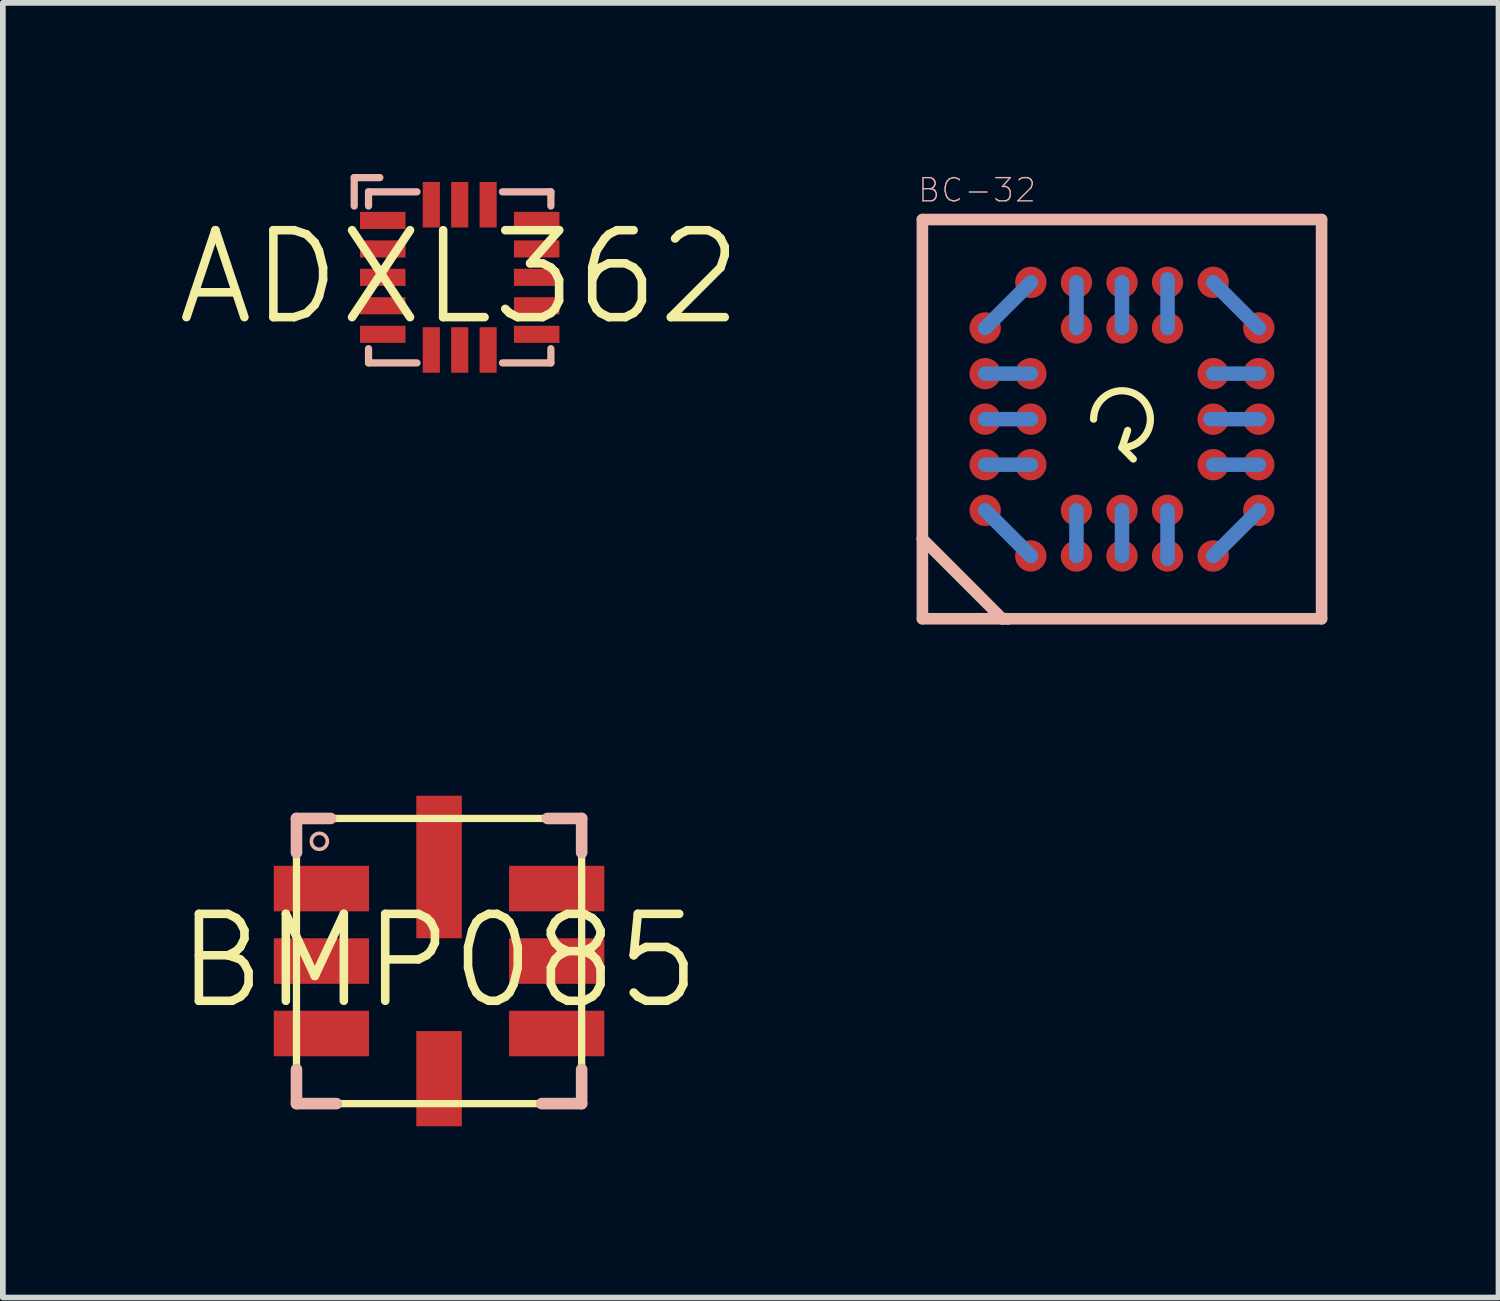
<source format=kicad_pcb>
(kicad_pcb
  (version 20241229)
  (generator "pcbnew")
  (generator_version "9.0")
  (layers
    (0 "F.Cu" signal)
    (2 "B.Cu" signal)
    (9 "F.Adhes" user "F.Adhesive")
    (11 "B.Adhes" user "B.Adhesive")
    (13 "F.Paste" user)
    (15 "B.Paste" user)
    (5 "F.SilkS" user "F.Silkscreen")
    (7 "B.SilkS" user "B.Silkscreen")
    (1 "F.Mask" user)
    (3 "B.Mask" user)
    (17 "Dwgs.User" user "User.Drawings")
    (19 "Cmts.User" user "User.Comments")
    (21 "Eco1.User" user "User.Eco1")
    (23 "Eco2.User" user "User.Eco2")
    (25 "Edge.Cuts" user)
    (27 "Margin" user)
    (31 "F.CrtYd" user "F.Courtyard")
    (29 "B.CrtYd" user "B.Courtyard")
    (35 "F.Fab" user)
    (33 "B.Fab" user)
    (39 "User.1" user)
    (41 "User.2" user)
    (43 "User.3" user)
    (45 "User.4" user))
  (footprint "ADXL362"
    (layer "F.Cu")
    (at 5.007 1.811)
    (property "Reference" "ADXL362" (at 0 0 0) (layer "F.SilkS") (effects (font (size 1.524 1.524) (thickness 0.15))))
    (attr smd)
    (fp_line (start -1.849 -1.748) (end -1.4 -1.748) (stroke (width 0.127) (type solid)) (layer "B.SilkS"))
    (fp_line (start -1.849 -1.25) (end -1.849 -1.748) (stroke (width 0.127) (type solid)) (layer "B.SilkS"))
    (fp_line (start -1.598 -1.499) (end -1.598 -1.25) (stroke (width 0.127) (type solid)) (layer "B.SilkS"))
    (fp_line (start -1.598 1.499) (end -1.598 1.25) (stroke (width 0.127) (type solid)) (layer "B.SilkS"))
    (fp_line (start -0.749 -1.499) (end -1.598 -1.499) (stroke (width 0.127) (type solid)) (layer "B.SilkS"))
    (fp_line (start -0.749 1.499) (end -1.598 1.499) (stroke (width 0.127) (type solid)) (layer "B.SilkS"))
    (fp_line (start 0.749 -1.499) (end 1.598 -1.499) (stroke (width 0.127) (type solid)) (layer "B.SilkS"))
    (fp_line (start 0.749 1.499) (end 1.598 1.499) (stroke (width 0.127) (type solid)) (layer "B.SilkS"))
    (fp_line (start 1.598 -1.499) (end 1.598 -1.25) (stroke (width 0.127) (type solid)) (layer "B.SilkS"))
    (fp_line (start 1.598 1.499) (end 1.598 1.25) (stroke (width 0.127) (type solid)) (layer "B.SilkS"))
    (pad "P$1" smd rect (at -1.349 -0.998) (size 0.798 0.3) (layers "F.Cu" "F.Mask" "F.Paste"))
    (pad "P$2" smd rect (at -1.349 -0.498) (size 0.798 0.3) (layers "F.Cu" "F.Mask" "F.Paste"))
    (pad "P$3" smd rect (at -1.349 0) (size 0.798 0.3) (layers "F.Cu" "F.Mask" "F.Paste"))
    (pad "P$4" smd rect (at -1.349 0.498) (size 0.798 0.3) (layers "F.Cu" "F.Mask" "F.Paste"))
    (pad "P$5" smd rect (at -1.349 0.998) (size 0.798 0.3) (layers "F.Cu" "F.Mask" "F.Paste"))
    (pad "P$6" smd rect (at -0.498 1.273 90) (size 0.798 0.3) (layers "F.Cu" "F.Mask" "F.Paste"))
    (pad "P$7" smd rect (at 0 1.273 90) (size 0.798 0.3) (layers "F.Cu" "F.Mask" "F.Paste"))
    (pad "P$8" smd rect (at 0.498 1.273 90) (size 0.798 0.3) (layers "F.Cu" "F.Mask" "F.Paste"))
    (pad "P$9" smd rect (at 1.349 0.998) (size 0.798 0.3) (layers "F.Cu" "F.Mask" "F.Paste"))
    (pad "P$10" smd rect (at 1.349 0.498) (size 0.798 0.3) (layers "F.Cu" "F.Mask" "F.Paste"))
    (pad "P$11" smd rect (at 1.349 0) (size 0.798 0.3) (layers "F.Cu" "F.Mask" "F.Paste"))
    (pad "P$12" smd rect (at 1.349 -0.498) (size 0.798 0.3) (layers "F.Cu" "F.Mask" "F.Paste"))
    (pad "P$13" smd rect (at 1.349 -0.998) (size 0.798 0.3) (layers "F.Cu" "F.Mask" "F.Paste"))
    (pad "P$14" smd rect (at 0.498 -1.273 90) (size 0.798 0.3) (layers "F.Cu" "F.Mask" "F.Paste"))
    (pad "P$15" smd rect (at 0 -1.273 90) (size 0.798 0.3) (layers "F.Cu" "F.Mask" "F.Paste"))
    (pad "P$16" smd rect (at -0.498 -1.273 90) (size 0.798 0.3) (layers "F.Cu" "F.Mask" "F.Paste")))
  (footprint "BMP085"
    (layer "F.Cu")
    (at 4.645 13.793)
    (property "Reference" "BMP085" (at 0 0 0) (layer "F.SilkS") (effects (font (size 1.524 1.524) (thickness 0.15))))
    (attr smd)
    (fp_line (start -2.499 -2.499) (end -2.499 2.499) (stroke (width 0.127) (type solid)) (layer "F.SilkS"))
    (fp_line (start 2.499 -2.499) (end -2.499 -2.499) (stroke (width 0.127) (type solid)) (layer "F.SilkS"))
    (fp_line (start 2.499 -2.499) (end 2.499 2.499) (stroke (width 0.127) (type solid)) (layer "F.SilkS"))
    (fp_line (start 2.499 2.499) (end -2.499 2.499) (stroke (width 0.127) (type solid)) (layer "F.SilkS"))
    (fp_line (start -2.499 -2.499) (end -2.499 -1.9) (stroke (width 0.203) (type solid)) (layer "B.SilkS"))
    (fp_line (start -2.499 -2.499) (end -1.9 -2.499) (stroke (width 0.203) (type solid)) (layer "B.SilkS"))
    (fp_line (start -2.499 2.499) (end -2.499 1.9) (stroke (width 0.203) (type solid)) (layer "B.SilkS"))
    (fp_line (start -2.499 2.499) (end -1.798 2.499) (stroke (width 0.203) (type solid)) (layer "B.SilkS"))
    (fp_line (start 2.499 -2.499) (end 1.9 -2.499) (stroke (width 0.203) (type solid)) (layer "B.SilkS"))
    (fp_line (start 2.499 -2.499) (end 2.499 -1.9) (stroke (width 0.203) (type solid)) (layer "B.SilkS"))
    (fp_line (start 2.499 2.499) (end 1.798 2.499) (stroke (width 0.203) (type solid)) (layer "B.SilkS"))
    (fp_line (start 2.499 2.499) (end 2.499 1.9) (stroke (width 0.203) (type solid)) (layer "B.SilkS"))
    (fp_circle (center -2.098 -2.098) (end -2.197 -2.197) (stroke (width 0.064) (type solid)) (fill no) (layer "B.SilkS"))
    (pad "1" smd rect (at -2.062 -1.27 270) (size 0.798 1.669) (layers "F.Cu" "F.Mask" "F.Paste"))
    (pad "2" smd rect (at -2.062 0 270) (size 0.798 1.669) (layers "F.Cu" "F.Mask" "F.Paste"))
    (pad "3" smd rect (at -2.062 1.27 270) (size 0.798 1.669) (layers "F.Cu" "F.Mask" "F.Paste"))
    (pad "4" smd rect (at 0 2.062 90) (size 1.669 0.798) (layers "F.Cu" "F.Mask" "F.Paste"))
    (pad "5" smd rect (at 2.062 1.27 270) (size 0.798 1.669) (layers "F.Cu" "F.Mask" "F.Paste"))
    (pad "6" smd rect (at 2.062 0 270) (size 0.798 1.669) (layers "F.Cu" "F.Mask" "F.Paste"))
    (pad "7" smd rect (at 2.062 -1.27 270) (size 0.798 1.669) (layers "F.Cu" "F.Mask" "F.Paste"))
    (pad "8" smd rect (at 0 -1.648 90) (size 2.499 0.798) (layers "F.Cu" "F.Mask" "F.Paste")))
  (footprint "BC-32"
    (layer "F.Cu")
    (at 16.614 4.296)
    (property "Reference" "BC-32" (at -2.54 -4.013 0) (layer "B.SilkS") (effects (font (size 0.406 0.406) (thickness 0.025))))
    (attr smd)
    (fp_line (start -2.398 -1.598) (end -1.598 -2.398) (stroke (width 0.254) (type solid)) (layer "B.Cu"))
    (fp_line (start -2.398 -0.798) (end -1.598 -0.798) (stroke (width 0.254) (type solid)) (layer "B.Cu"))
    (fp_line (start -2.398 0) (end -1.598 0) (stroke (width 0.254) (type solid)) (layer "B.Cu"))
    (fp_line (start -2.398 0.798) (end -1.598 0.798) (stroke (width 0.254) (type solid)) (layer "B.Cu"))
    (fp_line (start -2.398 1.598) (end -1.598 2.398) (stroke (width 0.254) (type solid)) (layer "B.Cu"))
    (fp_line (start -0.798 -1.598) (end -0.798 -2.398) (stroke (width 0.254) (type solid)) (layer "B.Cu"))
    (fp_line (start -0.798 2.398) (end -0.798 1.598) (stroke (width 0.254) (type solid)) (layer "B.Cu"))
    (fp_line (start 0 -1.598) (end 0 -2.398) (stroke (width 0.254) (type solid)) (layer "B.Cu"))
    (fp_line (start 0 1.598) (end 0 2.398) (stroke (width 0.254) (type solid)) (layer "B.Cu"))
    (fp_line (start 0.798 -1.598) (end 0.798 -2.449) (stroke (width 0.254) (type solid)) (layer "B.Cu"))
    (fp_line (start 0.798 1.598) (end 0.798 2.449) (stroke (width 0.254) (type solid)) (layer "B.Cu"))
    (fp_line (start 1.549 0) (end 2.398 0) (stroke (width 0.254) (type solid)) (layer "B.Cu"))
    (fp_line (start 1.598 -0.798) (end 2.398 -0.798) (stroke (width 0.254) (type solid)) (layer "B.Cu"))
    (fp_line (start 1.598 0.798) (end 2.398 0.798) (stroke (width 0.254) (type solid)) (layer "B.Cu"))
    (fp_line (start 1.598 2.398) (end 2.398 1.598) (stroke (width 0.254) (type solid)) (layer "B.Cu"))
    (fp_line (start 2.398 -1.598) (end 1.598 -2.398) (stroke (width 0.254) (type solid)) (layer "B.Cu"))
    (fp_line (start -3.498 -3.498) (end -3.498 3.498) (stroke (width 0.127) (type solid)) (layer "F.SilkS"))
    (fp_line (start -3.498 3.498) (end 3.498 3.498) (stroke (width 0.127) (type solid)) (layer "F.SilkS"))
    (fp_line (start 0 0.498) (end 0.198 0.699) (stroke (width 0.127) (type solid)) (layer "F.SilkS"))
    (fp_line (start 0.099 0.198) (end 0 0.498) (stroke (width 0.127) (type solid)) (layer "F.SilkS"))
    (fp_line (start 3.498 -3.498) (end -3.498 -3.498) (stroke (width 0.127) (type solid)) (layer "F.SilkS"))
    (fp_line (start 3.498 3.498) (end 3.498 -3.498) (stroke (width 0.127) (type solid)) (layer "F.SilkS"))
    (fp_arc (start -0.49784 0) (mid 0.352026 -0.352026) (end 0 0.49784) (stroke (width 0.127) (type solid)) (layer "F.SilkS"))
    (fp_line (start -3.498 -3.498) (end 3.498 -3.498) (stroke (width 0.203) (type solid)) (layer "B.SilkS"))
    (fp_line (start -3.498 2.098) (end -3.498 -3.498) (stroke (width 0.203) (type solid)) (layer "B.SilkS"))
    (fp_line (start -3.498 2.098) (end -3.498 3.498) (stroke (width 0.203) (type solid)) (layer "B.SilkS"))
    (fp_line (start -3.498 3.498) (end -1.999 3.498) (stroke (width 0.203) (type solid)) (layer "B.SilkS"))
    (fp_line (start -2.098 3.498) (end -3.498 2.098) (stroke (width 0.203) (type solid)) (layer "B.SilkS"))
    (fp_line (start -1.999 3.498) (end -2.098 3.498) (stroke (width 0.203) (type solid)) (layer "B.SilkS"))
    (fp_line (start 3.498 -3.498) (end 3.498 3.498) (stroke (width 0.203) (type solid)) (layer "B.SilkS"))
    (fp_line (start 3.498 3.498) (end -1.999 3.498) (stroke (width 0.203) (type solid)) (layer "B.SilkS"))
    (pad "1B" smd circle (at -1.598 2.398 270) (size 0.549 0.549) (layers "F.Cu" "F.Mask" "F.Paste"))
    (pad "1F" smd circle (at 1.598 2.398 270) (size 0.549 0.549) (layers "F.Cu" "F.Mask" "F.Paste"))
    (pad "2C" smd circle (at -0.798 1.598 270) (size 0.549 0.549) (layers "F.Cu" "F.Mask" "F.Paste"))
    (pad "2D" smd circle (at 0 1.598 270) (size 0.549 0.549) (layers "F.Cu" "F.Mask" "F.Paste"))
    (pad "2E" smd circle (at 0.798 1.598 270) (size 0.549 0.549) (layers "F.Cu" "F.Mask" "F.Paste"))
    (pad "3B" smd circle (at -1.598 0.798 180) (size 0.549 0.549) (layers "F.Cu" "F.Mask" "F.Paste"))
    (pad "3F" smd circle (at 1.598 0.798) (size 0.549 0.549) (layers "F.Cu" "F.Mask" "F.Paste"))
    (pad "4B" smd circle (at -1.598 0 180) (size 0.549 0.549) (layers "F.Cu" "F.Mask" "F.Paste"))
    (pad "4F" smd circle (at 1.598 0) (size 0.549 0.549) (layers "F.Cu" "F.Mask" "F.Paste"))
    (pad "5B" smd circle (at -1.598 -0.798 180) (size 0.549 0.549) (layers "F.Cu" "F.Mask" "F.Paste"))
    (pad "5F" smd circle (at 1.598 -0.798) (size 0.549 0.549) (layers "F.Cu" "F.Mask" "F.Paste"))
    (pad "6C" smd circle (at -0.798 -1.598 90) (size 0.549 0.549) (layers "F.Cu" "F.Mask" "F.Paste"))
    (pad "6D" smd circle (at 0 -1.598 90) (size 0.549 0.549) (layers "F.Cu" "F.Mask" "F.Paste"))
    (pad "6E" smd circle (at 0.798 -1.598 90) (size 0.549 0.549) (layers "F.Cu" "F.Mask" "F.Paste"))
    (pad "7B" smd circle (at -1.598 -2.398 90) (size 0.549 0.549) (layers "F.Cu" "F.Mask" "F.Paste"))
    (pad "7F" smd circle (at 1.598 -2.398 90) (size 0.549 0.549) (layers "F.Cu" "F.Mask" "F.Paste"))
    (pad "AGND" smd circle (at 2.398 1.598) (size 0.549 0.549) (layers "F.Cu" "F.Mask" "F.Paste"))
    (pad "AVCC" smd circle (at -2.398 0.798 180) (size 0.549 0.549) (layers "F.Cu" "F.Mask" "F.Paste"))
    (pad "CP1" smd circle (at -2.398 -0.798 180) (size 0.549 0.549) (layers "F.Cu" "F.Mask" "F.Paste"))
    (pad "CP2" smd circle (at -2.398 0 180) (size 0.549 0.549) (layers "F.Cu" "F.Mask" "F.Paste"))
    (pad "CP3" smd circle (at -0.798 -2.398 90) (size 0.549 0.549) (layers "F.Cu" "F.Mask" "F.Paste"))
    (pad "CP4" smd circle (at -2.398 -1.598 180) (size 0.549 0.549) (layers "F.Cu" "F.Mask" "F.Paste"))
    (pad "CP5" smd circle (at 0 -2.398 90) (size 0.549 0.549) (layers "F.Cu" "F.Mask" "F.Paste"))
    (pad "NC" smd circle (at 0 2.398 270) (size 0.549 0.549) (layers "F.Cu" "F.Mask" "F.Paste"))
    (pad "PGND" smd circle (at 2.398 -1.598) (size 0.549 0.549) (layers "F.Cu" "F.Mask" "F.Paste"))
    (pad "RATE" smd circle (at -2.398 1.598 180) (size 0.549 0.549) (layers "F.Cu" "F.Mask" "F.Paste"))
    (pad "ST1" smd circle (at 2.398 -0.798) (size 0.549 0.549) (layers "F.Cu" "F.Mask" "F.Paste"))
    (pad "ST2" smd circle (at 2.398 0) (size 0.549 0.549) (layers "F.Cu" "F.Mask" "F.Paste"))
    (pad "SUMJ" smd circle (at -0.798 2.398 270) (size 0.549 0.549) (layers "F.Cu" "F.Mask" "F.Paste"))
    (pad "TEMP" smd circle (at 2.398 0.798) (size 0.549 0.549) (layers "F.Cu" "F.Mask" "F.Paste"))
    (pad "VDD" smd circle (at 0.798 -2.398 90) (size 0.549 0.549) (layers "F.Cu" "F.Mask" "F.Paste"))
    (pad "VRAT" smd circle (at 0.798 2.398 270) (size 0.549 0.549) (layers "F.Cu" "F.Mask" "F.Paste")))
  (gr_rect
    (start -3 -3)
    (end 23.213 19.69)
    (stroke (width 0.1) (type default))
    (fill no)
    (layer "Edge.Cuts")))
</source>
